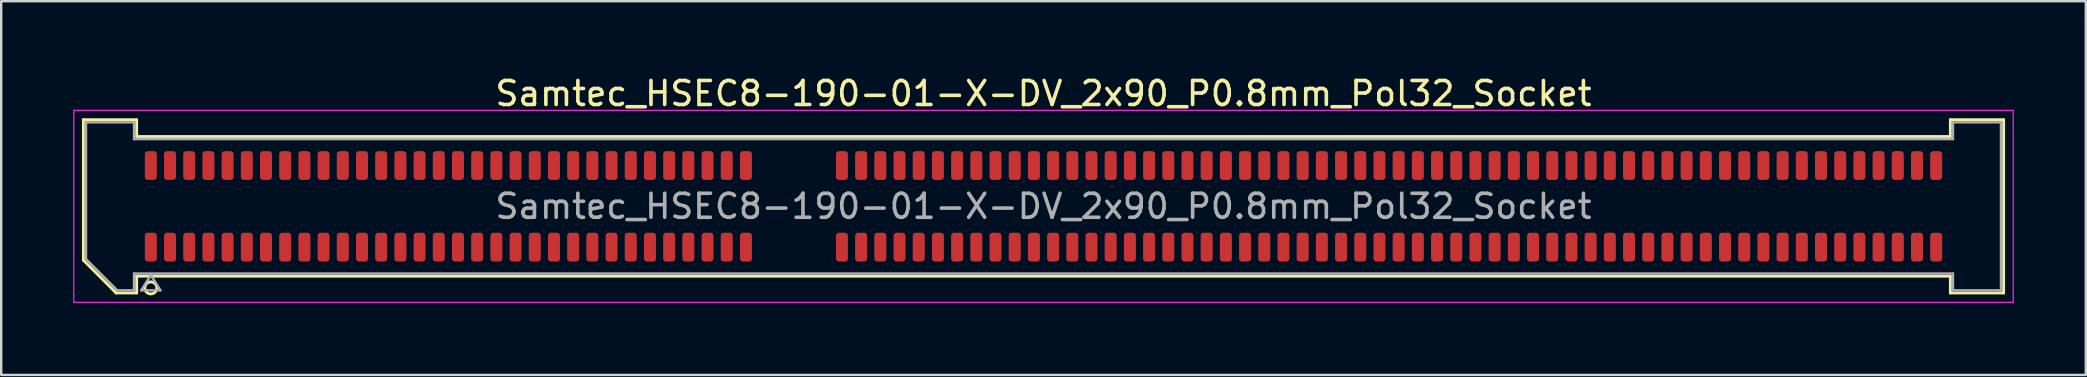
<source format=kicad_pcb>
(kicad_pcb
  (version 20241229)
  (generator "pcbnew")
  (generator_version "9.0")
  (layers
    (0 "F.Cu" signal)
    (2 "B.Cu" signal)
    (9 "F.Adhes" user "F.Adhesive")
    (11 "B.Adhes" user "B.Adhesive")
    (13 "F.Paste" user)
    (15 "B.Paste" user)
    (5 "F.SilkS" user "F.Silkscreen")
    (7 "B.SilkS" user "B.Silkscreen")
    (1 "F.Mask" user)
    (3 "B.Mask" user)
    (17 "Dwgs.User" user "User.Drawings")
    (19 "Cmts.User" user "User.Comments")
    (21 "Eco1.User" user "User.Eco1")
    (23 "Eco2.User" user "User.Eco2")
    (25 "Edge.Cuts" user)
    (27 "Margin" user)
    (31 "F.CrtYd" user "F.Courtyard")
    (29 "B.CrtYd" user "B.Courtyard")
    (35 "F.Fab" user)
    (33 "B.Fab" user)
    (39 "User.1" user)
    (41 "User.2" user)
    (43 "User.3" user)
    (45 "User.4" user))
  (footprint "Samtec_HSEC8-190-01-X-DV_2x90_P0.8mm_Pol32_Socket"
    (layer "F.Cu")
    (at 40.435 5.548)
    (property "Reference" "Samtec_HSEC8-190-01-X-DV_2x90_P0.8mm_Pol32_Socket" (at 0 -4.7 0) (layer "F.SilkS") (effects (font (size 1 1) (thickness 0.15))))
    (attr smd)
    (fp_line (start -40.01 -3.61) (end -37.79 -3.61) (stroke (width 0.12) (type solid)) (layer "F.SilkS"))
    (fp_line (start -40.01 2.246) (end -40.01 -3.61) (stroke (width 0.12) (type solid)) (layer "F.SilkS"))
    (fp_line (start -38.646 3.61) (end -40.01 2.246) (stroke (width 0.12) (type solid)) (layer "F.SilkS"))
    (fp_line (start -37.79 -3.61) (end -37.79 -2.91) (stroke (width 0.12) (type solid)) (layer "F.SilkS"))
    (fp_line (start -37.79 -2.91) (end 37.79 -2.91) (stroke (width 0.12) (type solid)) (layer "F.SilkS"))
    (fp_line (start -37.79 2.91) (end -37.79 3.61) (stroke (width 0.12) (type solid)) (layer "F.SilkS"))
    (fp_line (start -37.79 3.61) (end -38.646 3.61) (stroke (width 0.12) (type solid)) (layer "F.SilkS"))
    (fp_line (start 37.79 -3.61) (end 40.01 -3.61) (stroke (width 0.12) (type solid)) (layer "F.SilkS"))
    (fp_line (start 37.79 -2.91) (end 37.79 -3.61) (stroke (width 0.12) (type solid)) (layer "F.SilkS"))
    (fp_line (start 37.79 2.91) (end -37.79 2.91) (stroke (width 0.12) (type solid)) (layer "F.SilkS"))
    (fp_line (start 37.79 3.61) (end 37.79 2.91) (stroke (width 0.12) (type solid)) (layer "F.SilkS"))
    (fp_line (start 40.01 -3.61) (end 40.01 3.61) (stroke (width 0.12) (type solid)) (layer "F.SilkS"))
    (fp_line (start 40.01 3.61) (end 37.79 3.61) (stroke (width 0.12) (type solid)) (layer "F.SilkS"))
    (fp_arc (start -36.95 3.4) (mid -37.45 3.4) (end -36.95 3.4) (stroke (width 0.12) (type solid)) (layer "F.SilkS"))
    (fp_line (start -40.41 -4) (end -40.41 4) (stroke (width 0.05) (type solid)) (layer "F.CrtYd"))
    (fp_line (start -40.41 4) (end 40.41 4) (stroke (width 0.05) (type solid)) (layer "F.CrtYd"))
    (fp_line (start 40.41 -4) (end -40.41 -4) (stroke (width 0.05) (type solid)) (layer "F.CrtYd"))
    (fp_line (start 40.41 4) (end 40.41 -4) (stroke (width 0.05) (type solid)) (layer "F.CrtYd"))
    (fp_line (start -39.9 -3.5) (end -37.9 -3.5) (stroke (width 0.1) (type solid)) (layer "F.Fab"))
    (fp_line (start -39.9 2.2) (end -39.9 -3.5) (stroke (width 0.1) (type solid)) (layer "F.Fab"))
    (fp_line (start -38.6 3.5) (end -39.9 2.2) (stroke (width 0.1) (type solid)) (layer "F.Fab"))
    (fp_line (start -37.9 -3.5) (end -37.9 -2.8) (stroke (width 0.1) (type solid)) (layer "F.Fab"))
    (fp_line (start -37.9 -2.8) (end 37.9 -2.8) (stroke (width 0.1) (type solid)) (layer "F.Fab"))
    (fp_line (start -37.9 2.8) (end -37.9 3.5) (stroke (width 0.1) (type solid)) (layer "F.Fab"))
    (fp_line (start -37.9 3.5) (end -38.6 3.5) (stroke (width 0.1) (type solid)) (layer "F.Fab"))
    (fp_line (start -37.6 3.5) (end -37.2 2.86) (stroke (width 0.1) (type solid)) (layer "F.Fab"))
    (fp_line (start -37.2 2.86) (end -36.8 3.5) (stroke (width 0.1) (type solid)) (layer "F.Fab"))
    (fp_line (start -36.8 3.5) (end -37.6 3.5) (stroke (width 0.1) (type solid)) (layer "F.Fab"))
    (fp_line (start 37.9 -3.5) (end 39.9 -3.5) (stroke (width 0.1) (type solid)) (layer "F.Fab"))
    (fp_line (start 37.9 -2.8) (end 37.9 -3.5) (stroke (width 0.1) (type solid)) (layer "F.Fab"))
    (fp_line (start 37.9 2.8) (end -37.9 2.8) (stroke (width 0.1) (type solid)) (layer "F.Fab"))
    (fp_line (start 37.9 3.5) (end 37.9 2.8) (stroke (width 0.1) (type solid)) (layer "F.Fab"))
    (fp_line (start 39.9 -3.5) (end 39.9 3.5) (stroke (width 0.1) (type solid)) (layer "F.Fab"))
    (fp_line (start 39.9 3.5) (end 37.9 3.5) (stroke (width 0.1) (type solid)) (layer "F.Fab"))
    (fp_text user "${REFERENCE}" (at 0 0 0) (layer "F.Fab") (effects (font (size 1 1) (thickness 0.15))))
    (pad "1" smd roundrect (at -37.2 1.7) (size 0.5 1.2) (layers "F.Cu" "F.Mask" "F.Paste") (roundrect_rratio 0.25))
    (pad "2" smd roundrect (at -37.2 -1.7) (size 0.5 1.2) (layers "F.Cu" "F.Mask" "F.Paste") (roundrect_rratio 0.25))
    (pad "3" smd roundrect (at -36.4 1.7) (size 0.5 1.2) (layers "F.Cu" "F.Mask" "F.Paste") (roundrect_rratio 0.25))
    (pad "4" smd roundrect (at -36.4 -1.7) (size 0.5 1.2) (layers "F.Cu" "F.Mask" "F.Paste") (roundrect_rratio 0.25))
    (pad "5" smd roundrect (at -35.6 1.7) (size 0.5 1.2) (layers "F.Cu" "F.Mask" "F.Paste") (roundrect_rratio 0.25))
    (pad "6" smd roundrect (at -35.6 -1.7) (size 0.5 1.2) (layers "F.Cu" "F.Mask" "F.Paste") (roundrect_rratio 0.25))
    (pad "7" smd roundrect (at -34.8 1.7) (size 0.5 1.2) (layers "F.Cu" "F.Mask" "F.Paste") (roundrect_rratio 0.25))
    (pad "8" smd roundrect (at -34.8 -1.7) (size 0.5 1.2) (layers "F.Cu" "F.Mask" "F.Paste") (roundrect_rratio 0.25))
    (pad "9" smd roundrect (at -34 1.7) (size 0.5 1.2) (layers "F.Cu" "F.Mask" "F.Paste") (roundrect_rratio 0.25))
    (pad "10" smd roundrect (at -34 -1.7) (size 0.5 1.2) (layers "F.Cu" "F.Mask" "F.Paste") (roundrect_rratio 0.25))
    (pad "11" smd roundrect (at -33.2 1.7) (size 0.5 1.2) (layers "F.Cu" "F.Mask" "F.Paste") (roundrect_rratio 0.25))
    (pad "12" smd roundrect (at -33.2 -1.7) (size 0.5 1.2) (layers "F.Cu" "F.Mask" "F.Paste") (roundrect_rratio 0.25))
    (pad "13" smd roundrect (at -32.4 1.7) (size 0.5 1.2) (layers "F.Cu" "F.Mask" "F.Paste") (roundrect_rratio 0.25))
    (pad "14" smd roundrect (at -32.4 -1.7) (size 0.5 1.2) (layers "F.Cu" "F.Mask" "F.Paste") (roundrect_rratio 0.25))
    (pad "15" smd roundrect (at -31.6 1.7) (size 0.5 1.2) (layers "F.Cu" "F.Mask" "F.Paste") (roundrect_rratio 0.25))
    (pad "16" smd roundrect (at -31.6 -1.7) (size 0.5 1.2) (layers "F.Cu" "F.Mask" "F.Paste") (roundrect_rratio 0.25))
    (pad "17" smd roundrect (at -30.8 1.7) (size 0.5 1.2) (layers "F.Cu" "F.Mask" "F.Paste") (roundrect_rratio 0.25))
    (pad "18" smd roundrect (at -30.8 -1.7) (size 0.5 1.2) (layers "F.Cu" "F.Mask" "F.Paste") (roundrect_rratio 0.25))
    (pad "19" smd roundrect (at -30 1.7) (size 0.5 1.2) (layers "F.Cu" "F.Mask" "F.Paste") (roundrect_rratio 0.25))
    (pad "20" smd roundrect (at -30 -1.7) (size 0.5 1.2) (layers "F.Cu" "F.Mask" "F.Paste") (roundrect_rratio 0.25))
    (pad "21" smd roundrect (at -29.2 1.7) (size 0.5 1.2) (layers "F.Cu" "F.Mask" "F.Paste") (roundrect_rratio 0.25))
    (pad "22" smd roundrect (at -29.2 -1.7) (size 0.5 1.2) (layers "F.Cu" "F.Mask" "F.Paste") (roundrect_rratio 0.25))
    (pad "23" smd roundrect (at -28.4 1.7) (size 0.5 1.2) (layers "F.Cu" "F.Mask" "F.Paste") (roundrect_rratio 0.25))
    (pad "24" smd roundrect (at -28.4 -1.7) (size 0.5 1.2) (layers "F.Cu" "F.Mask" "F.Paste") (roundrect_rratio 0.25))
    (pad "25" smd roundrect (at -27.6 1.7) (size 0.5 1.2) (layers "F.Cu" "F.Mask" "F.Paste") (roundrect_rratio 0.25))
    (pad "26" smd roundrect (at -27.6 -1.7) (size 0.5 1.2) (layers "F.Cu" "F.Mask" "F.Paste") (roundrect_rratio 0.25))
    (pad "27" smd roundrect (at -26.8 1.7) (size 0.5 1.2) (layers "F.Cu" "F.Mask" "F.Paste") (roundrect_rratio 0.25))
    (pad "28" smd roundrect (at -26.8 -1.7) (size 0.5 1.2) (layers "F.Cu" "F.Mask" "F.Paste") (roundrect_rratio 0.25))
    (pad "29" smd roundrect (at -26 1.7) (size 0.5 1.2) (layers "F.Cu" "F.Mask" "F.Paste") (roundrect_rratio 0.25))
    (pad "30" smd roundrect (at -26 -1.7) (size 0.5 1.2) (layers "F.Cu" "F.Mask" "F.Paste") (roundrect_rratio 0.25))
    (pad "31" smd roundrect (at -25.2 1.7) (size 0.5 1.2) (layers "F.Cu" "F.Mask" "F.Paste") (roundrect_rratio 0.25))
    (pad "32" smd roundrect (at -25.2 -1.7) (size 0.5 1.2) (layers "F.Cu" "F.Mask" "F.Paste") (roundrect_rratio 0.25))
    (pad "33" smd roundrect (at -24.4 1.7) (size 0.5 1.2) (layers "F.Cu" "F.Mask" "F.Paste") (roundrect_rratio 0.25))
    (pad "34" smd roundrect (at -24.4 -1.7) (size 0.5 1.2) (layers "F.Cu" "F.Mask" "F.Paste") (roundrect_rratio 0.25))
    (pad "35" smd roundrect (at -23.6 1.7) (size 0.5 1.2) (layers "F.Cu" "F.Mask" "F.Paste") (roundrect_rratio 0.25))
    (pad "36" smd roundrect (at -23.6 -1.7) (size 0.5 1.2) (layers "F.Cu" "F.Mask" "F.Paste") (roundrect_rratio 0.25))
    (pad "37" smd roundrect (at -22.8 1.7) (size 0.5 1.2) (layers "F.Cu" "F.Mask" "F.Paste") (roundrect_rratio 0.25))
    (pad "38" smd roundrect (at -22.8 -1.7) (size 0.5 1.2) (layers "F.Cu" "F.Mask" "F.Paste") (roundrect_rratio 0.25))
    (pad "39" smd roundrect (at -22 1.7) (size 0.5 1.2) (layers "F.Cu" "F.Mask" "F.Paste") (roundrect_rratio 0.25))
    (pad "40" smd roundrect (at -22 -1.7) (size 0.5 1.2) (layers "F.Cu" "F.Mask" "F.Paste") (roundrect_rratio 0.25))
    (pad "41" smd roundrect (at -21.2 1.7) (size 0.5 1.2) (layers "F.Cu" "F.Mask" "F.Paste") (roundrect_rratio 0.25))
    (pad "42" smd roundrect (at -21.2 -1.7) (size 0.5 1.2) (layers "F.Cu" "F.Mask" "F.Paste") (roundrect_rratio 0.25))
    (pad "43" smd roundrect (at -20.4 1.7) (size 0.5 1.2) (layers "F.Cu" "F.Mask" "F.Paste") (roundrect_rratio 0.25))
    (pad "44" smd roundrect (at -20.4 -1.7) (size 0.5 1.2) (layers "F.Cu" "F.Mask" "F.Paste") (roundrect_rratio 0.25))
    (pad "45" smd roundrect (at -19.6 1.7) (size 0.5 1.2) (layers "F.Cu" "F.Mask" "F.Paste") (roundrect_rratio 0.25))
    (pad "46" smd roundrect (at -19.6 -1.7) (size 0.5 1.2) (layers "F.Cu" "F.Mask" "F.Paste") (roundrect_rratio 0.25))
    (pad "47" smd roundrect (at -18.8 1.7) (size 0.5 1.2) (layers "F.Cu" "F.Mask" "F.Paste") (roundrect_rratio 0.25))
    (pad "48" smd roundrect (at -18.8 -1.7) (size 0.5 1.2) (layers "F.Cu" "F.Mask" "F.Paste") (roundrect_rratio 0.25))
    (pad "49" smd roundrect (at -18 1.7) (size 0.5 1.2) (layers "F.Cu" "F.Mask" "F.Paste") (roundrect_rratio 0.25))
    (pad "50" smd roundrect (at -18 -1.7) (size 0.5 1.2) (layers "F.Cu" "F.Mask" "F.Paste") (roundrect_rratio 0.25))
    (pad "51" smd roundrect (at -17.2 1.7) (size 0.5 1.2) (layers "F.Cu" "F.Mask" "F.Paste") (roundrect_rratio 0.25))
    (pad "52" smd roundrect (at -17.2 -1.7) (size 0.5 1.2) (layers "F.Cu" "F.Mask" "F.Paste") (roundrect_rratio 0.25))
    (pad "53" smd roundrect (at -16.4 1.7) (size 0.5 1.2) (layers "F.Cu" "F.Mask" "F.Paste") (roundrect_rratio 0.25))
    (pad "54" smd roundrect (at -16.4 -1.7) (size 0.5 1.2) (layers "F.Cu" "F.Mask" "F.Paste") (roundrect_rratio 0.25))
    (pad "55" smd roundrect (at -15.6 1.7) (size 0.5 1.2) (layers "F.Cu" "F.Mask" "F.Paste") (roundrect_rratio 0.25))
    (pad "56" smd roundrect (at -15.6 -1.7) (size 0.5 1.2) (layers "F.Cu" "F.Mask" "F.Paste") (roundrect_rratio 0.25))
    (pad "57" smd roundrect (at -14.8 1.7) (size 0.5 1.2) (layers "F.Cu" "F.Mask" "F.Paste") (roundrect_rratio 0.25))
    (pad "58" smd roundrect (at -14.8 -1.7) (size 0.5 1.2) (layers "F.Cu" "F.Mask" "F.Paste") (roundrect_rratio 0.25))
    (pad "59" smd roundrect (at -14 1.7) (size 0.5 1.2) (layers "F.Cu" "F.Mask" "F.Paste") (roundrect_rratio 0.25))
    (pad "60" smd roundrect (at -14 -1.7) (size 0.5 1.2) (layers "F.Cu" "F.Mask" "F.Paste") (roundrect_rratio 0.25))
    (pad "61" smd roundrect (at -13.2 1.7) (size 0.5 1.2) (layers "F.Cu" "F.Mask" "F.Paste") (roundrect_rratio 0.25))
    (pad "62" smd roundrect (at -13.2 -1.7) (size 0.5 1.2) (layers "F.Cu" "F.Mask" "F.Paste") (roundrect_rratio 0.25))
    (pad "63" smd roundrect (at -12.4 1.7) (size 0.5 1.2) (layers "F.Cu" "F.Mask" "F.Paste") (roundrect_rratio 0.25))
    (pad "64" smd roundrect (at -12.4 -1.7) (size 0.5 1.2) (layers "F.Cu" "F.Mask" "F.Paste") (roundrect_rratio 0.25))
    (pad "65" smd roundrect (at -8.4 1.7) (size 0.5 1.2) (layers "F.Cu" "F.Mask" "F.Paste") (roundrect_rratio 0.25))
    (pad "66" smd roundrect (at -8.4 -1.7) (size 0.5 1.2) (layers "F.Cu" "F.Mask" "F.Paste") (roundrect_rratio 0.25))
    (pad "67" smd roundrect (at -7.6 1.7) (size 0.5 1.2) (layers "F.Cu" "F.Mask" "F.Paste") (roundrect_rratio 0.25))
    (pad "68" smd roundrect (at -7.6 -1.7) (size 0.5 1.2) (layers "F.Cu" "F.Mask" "F.Paste") (roundrect_rratio 0.25))
    (pad "69" smd roundrect (at -6.8 1.7) (size 0.5 1.2) (layers "F.Cu" "F.Mask" "F.Paste") (roundrect_rratio 0.25))
    (pad "70" smd roundrect (at -6.8 -1.7) (size 0.5 1.2) (layers "F.Cu" "F.Mask" "F.Paste") (roundrect_rratio 0.25))
    (pad "71" smd roundrect (at -6 1.7) (size 0.5 1.2) (layers "F.Cu" "F.Mask" "F.Paste") (roundrect_rratio 0.25))
    (pad "72" smd roundrect (at -6 -1.7) (size 0.5 1.2) (layers "F.Cu" "F.Mask" "F.Paste") (roundrect_rratio 0.25))
    (pad "73" smd roundrect (at -5.2 1.7) (size 0.5 1.2) (layers "F.Cu" "F.Mask" "F.Paste") (roundrect_rratio 0.25))
    (pad "74" smd roundrect (at -5.2 -1.7) (size 0.5 1.2) (layers "F.Cu" "F.Mask" "F.Paste") (roundrect_rratio 0.25))
    (pad "75" smd roundrect (at -4.4 1.7) (size 0.5 1.2) (layers "F.Cu" "F.Mask" "F.Paste") (roundrect_rratio 0.25))
    (pad "76" smd roundrect (at -4.4 -1.7) (size 0.5 1.2) (layers "F.Cu" "F.Mask" "F.Paste") (roundrect_rratio 0.25))
    (pad "77" smd roundrect (at -3.6 1.7) (size 0.5 1.2) (layers "F.Cu" "F.Mask" "F.Paste") (roundrect_rratio 0.25))
    (pad "78" smd roundrect (at -3.6 -1.7) (size 0.5 1.2) (layers "F.Cu" "F.Mask" "F.Paste") (roundrect_rratio 0.25))
    (pad "79" smd roundrect (at -2.8 1.7) (size 0.5 1.2) (layers "F.Cu" "F.Mask" "F.Paste") (roundrect_rratio 0.25))
    (pad "80" smd roundrect (at -2.8 -1.7) (size 0.5 1.2) (layers "F.Cu" "F.Mask" "F.Paste") (roundrect_rratio 0.25))
    (pad "81" smd roundrect (at -2 1.7) (size 0.5 1.2) (layers "F.Cu" "F.Mask" "F.Paste") (roundrect_rratio 0.25))
    (pad "82" smd roundrect (at -2 -1.7) (size 0.5 1.2) (layers "F.Cu" "F.Mask" "F.Paste") (roundrect_rratio 0.25))
    (pad "83" smd roundrect (at -1.2 1.7) (size 0.5 1.2) (layers "F.Cu" "F.Mask" "F.Paste") (roundrect_rratio 0.25))
    (pad "84" smd roundrect (at -1.2 -1.7) (size 0.5 1.2) (layers "F.Cu" "F.Mask" "F.Paste") (roundrect_rratio 0.25))
    (pad "85" smd roundrect (at -0.4 1.7) (size 0.5 1.2) (layers "F.Cu" "F.Mask" "F.Paste") (roundrect_rratio 0.25))
    (pad "86" smd roundrect (at -0.4 -1.7) (size 0.5 1.2) (layers "F.Cu" "F.Mask" "F.Paste") (roundrect_rratio 0.25))
    (pad "87" smd roundrect (at 0.4 1.7) (size 0.5 1.2) (layers "F.Cu" "F.Mask" "F.Paste") (roundrect_rratio 0.25))
    (pad "88" smd roundrect (at 0.4 -1.7) (size 0.5 1.2) (layers "F.Cu" "F.Mask" "F.Paste") (roundrect_rratio 0.25))
    (pad "89" smd roundrect (at 1.2 1.7) (size 0.5 1.2) (layers "F.Cu" "F.Mask" "F.Paste") (roundrect_rratio 0.25))
    (pad "90" smd roundrect (at 1.2 -1.7) (size 0.5 1.2) (layers "F.Cu" "F.Mask" "F.Paste") (roundrect_rratio 0.25))
    (pad "91" smd roundrect (at 2 1.7) (size 0.5 1.2) (layers "F.Cu" "F.Mask" "F.Paste") (roundrect_rratio 0.25))
    (pad "92" smd roundrect (at 2 -1.7) (size 0.5 1.2) (layers "F.Cu" "F.Mask" "F.Paste") (roundrect_rratio 0.25))
    (pad "93" smd roundrect (at 2.8 1.7) (size 0.5 1.2) (layers "F.Cu" "F.Mask" "F.Paste") (roundrect_rratio 0.25))
    (pad "94" smd roundrect (at 2.8 -1.7) (size 0.5 1.2) (layers "F.Cu" "F.Mask" "F.Paste") (roundrect_rratio 0.25))
    (pad "95" smd roundrect (at 3.6 1.7) (size 0.5 1.2) (layers "F.Cu" "F.Mask" "F.Paste") (roundrect_rratio 0.25))
    (pad "96" smd roundrect (at 3.6 -1.7) (size 0.5 1.2) (layers "F.Cu" "F.Mask" "F.Paste") (roundrect_rratio 0.25))
    (pad "97" smd roundrect (at 4.4 1.7) (size 0.5 1.2) (layers "F.Cu" "F.Mask" "F.Paste") (roundrect_rratio 0.25))
    (pad "98" smd roundrect (at 4.4 -1.7) (size 0.5 1.2) (layers "F.Cu" "F.Mask" "F.Paste") (roundrect_rratio 0.25))
    (pad "99" smd roundrect (at 5.2 1.7) (size 0.5 1.2) (layers "F.Cu" "F.Mask" "F.Paste") (roundrect_rratio 0.25))
    (pad "100" smd roundrect (at 5.2 -1.7) (size 0.5 1.2) (layers "F.Cu" "F.Mask" "F.Paste") (roundrect_rratio 0.25))
    (pad "101" smd roundrect (at 6 1.7) (size 0.5 1.2) (layers "F.Cu" "F.Mask" "F.Paste") (roundrect_rratio 0.25))
    (pad "102" smd roundrect (at 6 -1.7) (size 0.5 1.2) (layers "F.Cu" "F.Mask" "F.Paste") (roundrect_rratio 0.25))
    (pad "103" smd roundrect (at 6.8 1.7) (size 0.5 1.2) (layers "F.Cu" "F.Mask" "F.Paste") (roundrect_rratio 0.25))
    (pad "104" smd roundrect (at 6.8 -1.7) (size 0.5 1.2) (layers "F.Cu" "F.Mask" "F.Paste") (roundrect_rratio 0.25))
    (pad "105" smd roundrect (at 7.6 1.7) (size 0.5 1.2) (layers "F.Cu" "F.Mask" "F.Paste") (roundrect_rratio 0.25))
    (pad "106" smd roundrect (at 7.6 -1.7) (size 0.5 1.2) (layers "F.Cu" "F.Mask" "F.Paste") (roundrect_rratio 0.25))
    (pad "107" smd roundrect (at 8.4 1.7) (size 0.5 1.2) (layers "F.Cu" "F.Mask" "F.Paste") (roundrect_rratio 0.25))
    (pad "108" smd roundrect (at 8.4 -1.7) (size 0.5 1.2) (layers "F.Cu" "F.Mask" "F.Paste") (roundrect_rratio 0.25))
    (pad "109" smd roundrect (at 9.2 1.7) (size 0.5 1.2) (layers "F.Cu" "F.Mask" "F.Paste") (roundrect_rratio 0.25))
    (pad "110" smd roundrect (at 9.2 -1.7) (size 0.5 1.2) (layers "F.Cu" "F.Mask" "F.Paste") (roundrect_rratio 0.25))
    (pad "111" smd roundrect (at 10 1.7) (size 0.5 1.2) (layers "F.Cu" "F.Mask" "F.Paste") (roundrect_rratio 0.25))
    (pad "112" smd roundrect (at 10 -1.7) (size 0.5 1.2) (layers "F.Cu" "F.Mask" "F.Paste") (roundrect_rratio 0.25))
    (pad "113" smd roundrect (at 10.8 1.7) (size 0.5 1.2) (layers "F.Cu" "F.Mask" "F.Paste") (roundrect_rratio 0.25))
    (pad "114" smd roundrect (at 10.8 -1.7) (size 0.5 1.2) (layers "F.Cu" "F.Mask" "F.Paste") (roundrect_rratio 0.25))
    (pad "115" smd roundrect (at 11.6 1.7) (size 0.5 1.2) (layers "F.Cu" "F.Mask" "F.Paste") (roundrect_rratio 0.25))
    (pad "116" smd roundrect (at 11.6 -1.7) (size 0.5 1.2) (layers "F.Cu" "F.Mask" "F.Paste") (roundrect_rratio 0.25))
    (pad "117" smd roundrect (at 12.4 1.7) (size 0.5 1.2) (layers "F.Cu" "F.Mask" "F.Paste") (roundrect_rratio 0.25))
    (pad "118" smd roundrect (at 12.4 -1.7) (size 0.5 1.2) (layers "F.Cu" "F.Mask" "F.Paste") (roundrect_rratio 0.25))
    (pad "119" smd roundrect (at 13.2 1.7) (size 0.5 1.2) (layers "F.Cu" "F.Mask" "F.Paste") (roundrect_rratio 0.25))
    (pad "120" smd roundrect (at 13.2 -1.7) (size 0.5 1.2) (layers "F.Cu" "F.Mask" "F.Paste") (roundrect_rratio 0.25))
    (pad "121" smd roundrect (at 14 1.7) (size 0.5 1.2) (layers "F.Cu" "F.Mask" "F.Paste") (roundrect_rratio 0.25))
    (pad "122" smd roundrect (at 14 -1.7) (size 0.5 1.2) (layers "F.Cu" "F.Mask" "F.Paste") (roundrect_rratio 0.25))
    (pad "123" smd roundrect (at 14.8 1.7) (size 0.5 1.2) (layers "F.Cu" "F.Mask" "F.Paste") (roundrect_rratio 0.25))
    (pad "124" smd roundrect (at 14.8 -1.7) (size 0.5 1.2) (layers "F.Cu" "F.Mask" "F.Paste") (roundrect_rratio 0.25))
    (pad "125" smd roundrect (at 15.6 1.7) (size 0.5 1.2) (layers "F.Cu" "F.Mask" "F.Paste") (roundrect_rratio 0.25))
    (pad "126" smd roundrect (at 15.6 -1.7) (size 0.5 1.2) (layers "F.Cu" "F.Mask" "F.Paste") (roundrect_rratio 0.25))
    (pad "127" smd roundrect (at 16.4 1.7) (size 0.5 1.2) (layers "F.Cu" "F.Mask" "F.Paste") (roundrect_rratio 0.25))
    (pad "128" smd roundrect (at 16.4 -1.7) (size 0.5 1.2) (layers "F.Cu" "F.Mask" "F.Paste") (roundrect_rratio 0.25))
    (pad "129" smd roundrect (at 17.2 1.7) (size 0.5 1.2) (layers "F.Cu" "F.Mask" "F.Paste") (roundrect_rratio 0.25))
    (pad "130" smd roundrect (at 17.2 -1.7) (size 0.5 1.2) (layers "F.Cu" "F.Mask" "F.Paste") (roundrect_rratio 0.25))
    (pad "131" smd roundrect (at 18 1.7) (size 0.5 1.2) (layers "F.Cu" "F.Mask" "F.Paste") (roundrect_rratio 0.25))
    (pad "132" smd roundrect (at 18 -1.7) (size 0.5 1.2) (layers "F.Cu" "F.Mask" "F.Paste") (roundrect_rratio 0.25))
    (pad "133" smd roundrect (at 18.8 1.7) (size 0.5 1.2) (layers "F.Cu" "F.Mask" "F.Paste") (roundrect_rratio 0.25))
    (pad "134" smd roundrect (at 18.8 -1.7) (size 0.5 1.2) (layers "F.Cu" "F.Mask" "F.Paste") (roundrect_rratio 0.25))
    (pad "135" smd roundrect (at 19.6 1.7) (size 0.5 1.2) (layers "F.Cu" "F.Mask" "F.Paste") (roundrect_rratio 0.25))
    (pad "136" smd roundrect (at 19.6 -1.7) (size 0.5 1.2) (layers "F.Cu" "F.Mask" "F.Paste") (roundrect_rratio 0.25))
    (pad "137" smd roundrect (at 20.4 1.7) (size 0.5 1.2) (layers "F.Cu" "F.Mask" "F.Paste") (roundrect_rratio 0.25))
    (pad "138" smd roundrect (at 20.4 -1.7) (size 0.5 1.2) (layers "F.Cu" "F.Mask" "F.Paste") (roundrect_rratio 0.25))
    (pad "139" smd roundrect (at 21.2 1.7) (size 0.5 1.2) (layers "F.Cu" "F.Mask" "F.Paste") (roundrect_rratio 0.25))
    (pad "140" smd roundrect (at 21.2 -1.7) (size 0.5 1.2) (layers "F.Cu" "F.Mask" "F.Paste") (roundrect_rratio 0.25))
    (pad "141" smd roundrect (at 22 1.7) (size 0.5 1.2) (layers "F.Cu" "F.Mask" "F.Paste") (roundrect_rratio 0.25))
    (pad "142" smd roundrect (at 22 -1.7) (size 0.5 1.2) (layers "F.Cu" "F.Mask" "F.Paste") (roundrect_rratio 0.25))
    (pad "143" smd roundrect (at 22.8 1.7) (size 0.5 1.2) (layers "F.Cu" "F.Mask" "F.Paste") (roundrect_rratio 0.25))
    (pad "144" smd roundrect (at 22.8 -1.7) (size 0.5 1.2) (layers "F.Cu" "F.Mask" "F.Paste") (roundrect_rratio 0.25))
    (pad "145" smd roundrect (at 23.6 1.7) (size 0.5 1.2) (layers "F.Cu" "F.Mask" "F.Paste") (roundrect_rratio 0.25))
    (pad "146" smd roundrect (at 23.6 -1.7) (size 0.5 1.2) (layers "F.Cu" "F.Mask" "F.Paste") (roundrect_rratio 0.25))
    (pad "147" smd roundrect (at 24.4 1.7) (size 0.5 1.2) (layers "F.Cu" "F.Mask" "F.Paste") (roundrect_rratio 0.25))
    (pad "148" smd roundrect (at 24.4 -1.7) (size 0.5 1.2) (layers "F.Cu" "F.Mask" "F.Paste") (roundrect_rratio 0.25))
    (pad "149" smd roundrect (at 25.2 1.7) (size 0.5 1.2) (layers "F.Cu" "F.Mask" "F.Paste") (roundrect_rratio 0.25))
    (pad "150" smd roundrect (at 25.2 -1.7) (size 0.5 1.2) (layers "F.Cu" "F.Mask" "F.Paste") (roundrect_rratio 0.25))
    (pad "151" smd roundrect (at 26 1.7) (size 0.5 1.2) (layers "F.Cu" "F.Mask" "F.Paste") (roundrect_rratio 0.25))
    (pad "152" smd roundrect (at 26 -1.7) (size 0.5 1.2) (layers "F.Cu" "F.Mask" "F.Paste") (roundrect_rratio 0.25))
    (pad "153" smd roundrect (at 26.8 1.7) (size 0.5 1.2) (layers "F.Cu" "F.Mask" "F.Paste") (roundrect_rratio 0.25))
    (pad "154" smd roundrect (at 26.8 -1.7) (size 0.5 1.2) (layers "F.Cu" "F.Mask" "F.Paste") (roundrect_rratio 0.25))
    (pad "155" smd roundrect (at 27.6 1.7) (size 0.5 1.2) (layers "F.Cu" "F.Mask" "F.Paste") (roundrect_rratio 0.25))
    (pad "156" smd roundrect (at 27.6 -1.7) (size 0.5 1.2) (layers "F.Cu" "F.Mask" "F.Paste") (roundrect_rratio 0.25))
    (pad "157" smd roundrect (at 28.4 1.7) (size 0.5 1.2) (layers "F.Cu" "F.Mask" "F.Paste") (roundrect_rratio 0.25))
    (pad "158" smd roundrect (at 28.4 -1.7) (size 0.5 1.2) (layers "F.Cu" "F.Mask" "F.Paste") (roundrect_rratio 0.25))
    (pad "159" smd roundrect (at 29.2 1.7) (size 0.5 1.2) (layers "F.Cu" "F.Mask" "F.Paste") (roundrect_rratio 0.25))
    (pad "160" smd roundrect (at 29.2 -1.7) (size 0.5 1.2) (layers "F.Cu" "F.Mask" "F.Paste") (roundrect_rratio 0.25))
    (pad "161" smd roundrect (at 30 1.7) (size 0.5 1.2) (layers "F.Cu" "F.Mask" "F.Paste") (roundrect_rratio 0.25))
    (pad "162" smd roundrect (at 30 -1.7) (size 0.5 1.2) (layers "F.Cu" "F.Mask" "F.Paste") (roundrect_rratio 0.25))
    (pad "163" smd roundrect (at 30.8 1.7) (size 0.5 1.2) (layers "F.Cu" "F.Mask" "F.Paste") (roundrect_rratio 0.25))
    (pad "164" smd roundrect (at 30.8 -1.7) (size 0.5 1.2) (layers "F.Cu" "F.Mask" "F.Paste") (roundrect_rratio 0.25))
    (pad "165" smd roundrect (at 31.6 1.7) (size 0.5 1.2) (layers "F.Cu" "F.Mask" "F.Paste") (roundrect_rratio 0.25))
    (pad "166" smd roundrect (at 31.6 -1.7) (size 0.5 1.2) (layers "F.Cu" "F.Mask" "F.Paste") (roundrect_rratio 0.25))
    (pad "167" smd roundrect (at 32.4 1.7) (size 0.5 1.2) (layers "F.Cu" "F.Mask" "F.Paste") (roundrect_rratio 0.25))
    (pad "168" smd roundrect (at 32.4 -1.7) (size 0.5 1.2) (layers "F.Cu" "F.Mask" "F.Paste") (roundrect_rratio 0.25))
    (pad "169" smd roundrect (at 33.2 1.7) (size 0.5 1.2) (layers "F.Cu" "F.Mask" "F.Paste") (roundrect_rratio 0.25))
    (pad "170" smd roundrect (at 33.2 -1.7) (size 0.5 1.2) (layers "F.Cu" "F.Mask" "F.Paste") (roundrect_rratio 0.25))
    (pad "171" smd roundrect (at 34 1.7) (size 0.5 1.2) (layers "F.Cu" "F.Mask" "F.Paste") (roundrect_rratio 0.25))
    (pad "172" smd roundrect (at 34 -1.7) (size 0.5 1.2) (layers "F.Cu" "F.Mask" "F.Paste") (roundrect_rratio 0.25))
    (pad "173" smd roundrect (at 34.8 1.7) (size 0.5 1.2) (layers "F.Cu" "F.Mask" "F.Paste") (roundrect_rratio 0.25))
    (pad "174" smd roundrect (at 34.8 -1.7) (size 0.5 1.2) (layers "F.Cu" "F.Mask" "F.Paste") (roundrect_rratio 0.25))
    (pad "175" smd roundrect (at 35.6 1.7) (size 0.5 1.2) (layers "F.Cu" "F.Mask" "F.Paste") (roundrect_rratio 0.25))
    (pad "176" smd roundrect (at 35.6 -1.7) (size 0.5 1.2) (layers "F.Cu" "F.Mask" "F.Paste") (roundrect_rratio 0.25))
    (pad "177" smd roundrect (at 36.4 1.7) (size 0.5 1.2) (layers "F.Cu" "F.Mask" "F.Paste") (roundrect_rratio 0.25))
    (pad "178" smd roundrect (at 36.4 -1.7) (size 0.5 1.2) (layers "F.Cu" "F.Mask" "F.Paste") (roundrect_rratio 0.25))
    (pad "179" smd roundrect (at 37.2 1.7) (size 0.5 1.2) (layers "F.Cu" "F.Mask" "F.Paste") (roundrect_rratio 0.25))
    (pad "180" smd roundrect (at 37.2 -1.7) (size 0.5 1.2) (layers "F.Cu" "F.Mask" "F.Paste") (roundrect_rratio 0.25)))
  (gr_rect
    (start -3 -3)
    (end 83.87 12.573)
    (stroke (width 0.1) (type default))
    (fill no)
    (layer "Edge.Cuts")))
</source>
